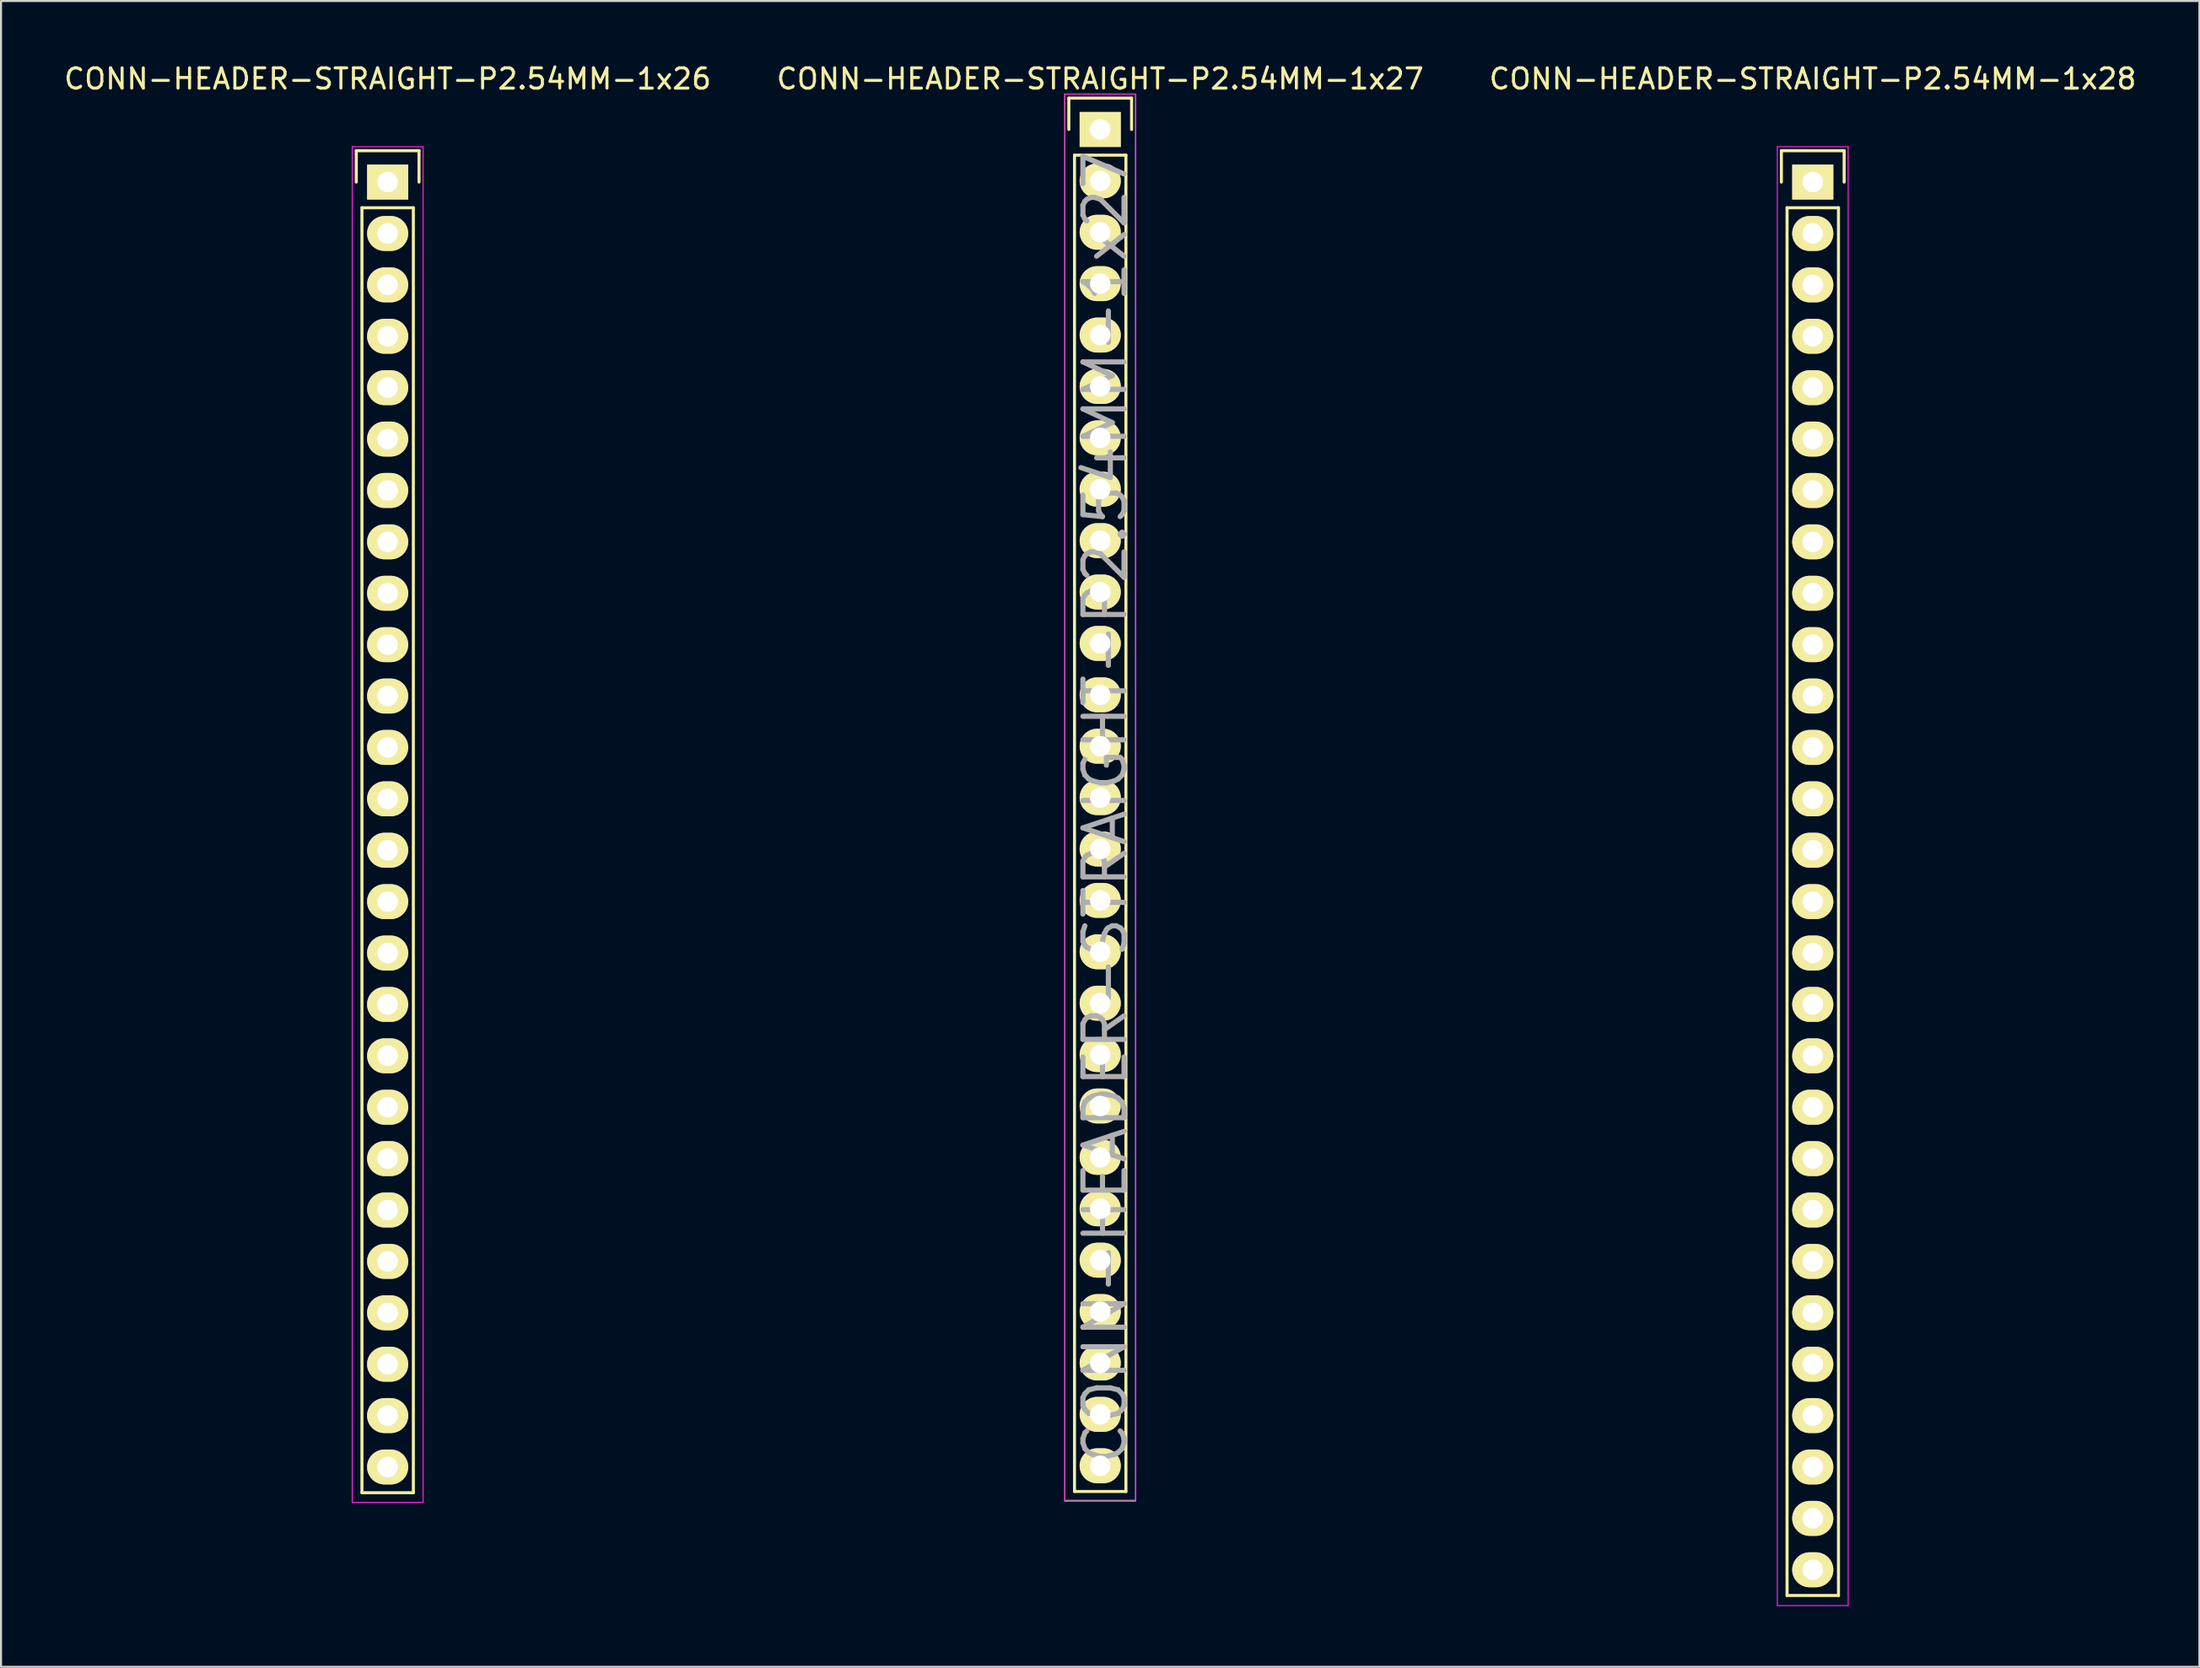
<source format=kicad_pcb>
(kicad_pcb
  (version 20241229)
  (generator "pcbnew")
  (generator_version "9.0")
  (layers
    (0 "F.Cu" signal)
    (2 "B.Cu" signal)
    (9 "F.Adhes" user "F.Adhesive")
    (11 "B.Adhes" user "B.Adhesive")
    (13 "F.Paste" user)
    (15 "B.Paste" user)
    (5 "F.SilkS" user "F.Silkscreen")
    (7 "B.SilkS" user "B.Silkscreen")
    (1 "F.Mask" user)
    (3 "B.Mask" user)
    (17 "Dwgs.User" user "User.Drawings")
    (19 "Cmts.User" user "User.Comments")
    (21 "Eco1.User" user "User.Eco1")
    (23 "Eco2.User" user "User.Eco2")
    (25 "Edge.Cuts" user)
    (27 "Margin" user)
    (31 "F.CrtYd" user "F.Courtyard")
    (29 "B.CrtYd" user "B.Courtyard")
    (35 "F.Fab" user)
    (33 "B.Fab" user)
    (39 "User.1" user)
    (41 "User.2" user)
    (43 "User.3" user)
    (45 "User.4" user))
  (footprint "CONN-HEADER-STRAIGHT-P2.54MM-1x26"
    (layer "F.Cu")
    (at 16.101 5.948)
    (property "Reference" "CONN-HEADER-STRAIGHT-P2.54MM-1x26" (at 0 -5.1 0) (layer "F.SilkS") (effects (font (size 1 1) (thickness 0.15))))
    (attr through_hole)
    (fp_line (start -1.55 -1.55) (end 1.55 -1.55) (stroke (width 0.15) (type solid)) (layer "F.SilkS"))
    (fp_line (start -1.55 0) (end -1.55 -1.55) (stroke (width 0.15) (type solid)) (layer "F.SilkS"))
    (fp_line (start -1.27 1.27) (end -1.27 64.77) (stroke (width 0.15) (type solid)) (layer "F.SilkS"))
    (fp_line (start -1.27 64.77) (end 1.27 64.77) (stroke (width 0.15) (type solid)) (layer "F.SilkS"))
    (fp_line (start 1.27 1.27) (end -1.27 1.27) (stroke (width 0.15) (type solid)) (layer "F.SilkS"))
    (fp_line (start 1.27 64.77) (end 1.27 1.27) (stroke (width 0.15) (type solid)) (layer "F.SilkS"))
    (fp_line (start 1.55 -1.55) (end 1.55 0) (stroke (width 0.15) (type solid)) (layer "F.SilkS"))
    (fp_line (start -1.75 -1.75) (end -1.75 65.25) (stroke (width 0.05) (type solid)) (layer "F.CrtYd"))
    (fp_line (start -1.75 -1.75) (end 1.75 -1.75) (stroke (width 0.05) (type solid)) (layer "F.CrtYd"))
    (fp_line (start -1.75 65.25) (end 1.75 65.25) (stroke (width 0.05) (type solid)) (layer "F.CrtYd"))
    (fp_line (start 1.75 -1.75) (end 1.75 65.25) (stroke (width 0.05) (type solid)) (layer "F.CrtYd"))
    (pad "1" thru_hole rect (at 0 0) (size 2.032 1.727) (drill 1.016) (layers "*.Cu" "*.Mask" "F.SilkS"))
    (pad "2" thru_hole oval (at 0 2.54) (size 2.032 1.727) (drill 1.016) (layers "*.Cu" "*.Mask" "F.SilkS"))
    (pad "3" thru_hole oval (at 0 5.08) (size 2.032 1.727) (drill 1.016) (layers "*.Cu" "*.Mask" "F.SilkS"))
    (pad "4" thru_hole oval (at 0 7.62) (size 2.032 1.727) (drill 1.016) (layers "*.Cu" "*.Mask" "F.SilkS"))
    (pad "5" thru_hole oval (at 0 10.16) (size 2.032 1.727) (drill 1.016) (layers "*.Cu" "*.Mask" "F.SilkS"))
    (pad "6" thru_hole oval (at 0 12.7) (size 2.032 1.727) (drill 1.016) (layers "*.Cu" "*.Mask" "F.SilkS"))
    (pad "7" thru_hole oval (at 0 15.24) (size 2.032 1.727) (drill 1.016) (layers "*.Cu" "*.Mask" "F.SilkS"))
    (pad "8" thru_hole oval (at 0 17.78) (size 2.032 1.727) (drill 1.016) (layers "*.Cu" "*.Mask" "F.SilkS"))
    (pad "9" thru_hole oval (at 0 20.32) (size 2.032 1.727) (drill 1.016) (layers "*.Cu" "*.Mask" "F.SilkS"))
    (pad "10" thru_hole oval (at 0 22.86) (size 2.032 1.727) (drill 1.016) (layers "*.Cu" "*.Mask" "F.SilkS"))
    (pad "11" thru_hole oval (at 0 25.4) (size 2.032 1.727) (drill 1.016) (layers "*.Cu" "*.Mask" "F.SilkS"))
    (pad "12" thru_hole oval (at 0 27.94) (size 2.032 1.727) (drill 1.016) (layers "*.Cu" "*.Mask" "F.SilkS"))
    (pad "13" thru_hole oval (at 0 30.48) (size 2.032 1.727) (drill 1.016) (layers "*.Cu" "*.Mask" "F.SilkS"))
    (pad "14" thru_hole oval (at 0 33.02) (size 2.032 1.727) (drill 1.016) (layers "*.Cu" "*.Mask" "F.SilkS"))
    (pad "15" thru_hole oval (at 0 35.56) (size 2.032 1.727) (drill 1.016) (layers "*.Cu" "*.Mask" "F.SilkS"))
    (pad "16" thru_hole oval (at 0 38.1) (size 2.032 1.727) (drill 1.016) (layers "*.Cu" "*.Mask" "F.SilkS"))
    (pad "17" thru_hole oval (at 0 40.64) (size 2.032 1.727) (drill 1.016) (layers "*.Cu" "*.Mask" "F.SilkS"))
    (pad "18" thru_hole oval (at 0 43.18) (size 2.032 1.727) (drill 1.016) (layers "*.Cu" "*.Mask" "F.SilkS"))
    (pad "19" thru_hole oval (at 0 45.72) (size 2.032 1.727) (drill 1.016) (layers "*.Cu" "*.Mask" "F.SilkS"))
    (pad "20" thru_hole oval (at 0 48.26) (size 2.032 1.727) (drill 1.016) (layers "*.Cu" "*.Mask" "F.SilkS"))
    (pad "21" thru_hole oval (at 0 50.8) (size 2.032 1.727) (drill 1.016) (layers "*.Cu" "*.Mask" "F.SilkS"))
    (pad "22" thru_hole oval (at 0 53.34) (size 2.032 1.727) (drill 1.016) (layers "*.Cu" "*.Mask" "F.SilkS"))
    (pad "23" thru_hole oval (at 0 55.88) (size 2.032 1.727) (drill 1.016) (layers "*.Cu" "*.Mask" "F.SilkS"))
    (pad "24" thru_hole oval (at 0 58.42) (size 2.032 1.727) (drill 1.016) (layers "*.Cu" "*.Mask" "F.SilkS"))
    (pad "25" thru_hole oval (at 0 60.96) (size 2.032 1.727) (drill 1.016) (layers "*.Cu" "*.Mask" "F.SilkS"))
    (pad "26" thru_hole oval (at 0 63.5) (size 2.032 1.727) (drill 1.016) (layers "*.Cu" "*.Mask" "F.SilkS")))
  (footprint "CONN-HEADER-STRAIGHT-P2.54MM-1x28"
    (layer "F.Cu")
    (at 86.506 5.948)
    (property "Reference" "CONN-HEADER-STRAIGHT-P2.54MM-1x28" (at 0 -5.1 0) (layer "F.SilkS") (effects (font (size 1 1) (thickness 0.15))))
    (attr through_hole)
    (fp_line (start -1.55 -1.55) (end 1.55 -1.55) (stroke (width 0.15) (type solid)) (layer "F.SilkS"))
    (fp_line (start -1.55 0) (end -1.55 -1.55) (stroke (width 0.15) (type solid)) (layer "F.SilkS"))
    (fp_line (start -1.27 1.27) (end -1.27 69.85) (stroke (width 0.15) (type solid)) (layer "F.SilkS"))
    (fp_line (start -1.27 69.85) (end 1.27 69.85) (stroke (width 0.15) (type solid)) (layer "F.SilkS"))
    (fp_line (start 1.27 1.27) (end -1.27 1.27) (stroke (width 0.15) (type solid)) (layer "F.SilkS"))
    (fp_line (start 1.27 69.85) (end 1.27 1.27) (stroke (width 0.15) (type solid)) (layer "F.SilkS"))
    (fp_line (start 1.55 -1.55) (end 1.55 0) (stroke (width 0.15) (type solid)) (layer "F.SilkS"))
    (fp_line (start -1.75 -1.75) (end -1.75 70.35) (stroke (width 0.05) (type solid)) (layer "F.CrtYd"))
    (fp_line (start -1.75 -1.75) (end 1.75 -1.75) (stroke (width 0.05) (type solid)) (layer "F.CrtYd"))
    (fp_line (start -1.75 70.35) (end 1.75 70.35) (stroke (width 0.05) (type solid)) (layer "F.CrtYd"))
    (fp_line (start 1.75 -1.75) (end 1.75 70.35) (stroke (width 0.05) (type solid)) (layer "F.CrtYd"))
    (pad "1" thru_hole rect (at 0 0) (size 2.032 1.727) (drill 1.016) (layers "*.Cu" "*.Mask" "F.SilkS"))
    (pad "2" thru_hole oval (at 0 2.54) (size 2.032 1.727) (drill 1.016) (layers "*.Cu" "*.Mask" "F.SilkS"))
    (pad "3" thru_hole oval (at 0 5.08) (size 2.032 1.727) (drill 1.016) (layers "*.Cu" "*.Mask" "F.SilkS"))
    (pad "4" thru_hole oval (at 0 7.62) (size 2.032 1.727) (drill 1.016) (layers "*.Cu" "*.Mask" "F.SilkS"))
    (pad "5" thru_hole oval (at 0 10.16) (size 2.032 1.727) (drill 1.016) (layers "*.Cu" "*.Mask" "F.SilkS"))
    (pad "6" thru_hole oval (at 0 12.7) (size 2.032 1.727) (drill 1.016) (layers "*.Cu" "*.Mask" "F.SilkS"))
    (pad "7" thru_hole oval (at 0 15.24) (size 2.032 1.727) (drill 1.016) (layers "*.Cu" "*.Mask" "F.SilkS"))
    (pad "8" thru_hole oval (at 0 17.78) (size 2.032 1.727) (drill 1.016) (layers "*.Cu" "*.Mask" "F.SilkS"))
    (pad "9" thru_hole oval (at 0 20.32) (size 2.032 1.727) (drill 1.016) (layers "*.Cu" "*.Mask" "F.SilkS"))
    (pad "10" thru_hole oval (at 0 22.86) (size 2.032 1.727) (drill 1.016) (layers "*.Cu" "*.Mask" "F.SilkS"))
    (pad "11" thru_hole oval (at 0 25.4) (size 2.032 1.727) (drill 1.016) (layers "*.Cu" "*.Mask" "F.SilkS"))
    (pad "12" thru_hole oval (at 0 27.94) (size 2.032 1.727) (drill 1.016) (layers "*.Cu" "*.Mask" "F.SilkS"))
    (pad "13" thru_hole oval (at 0 30.48) (size 2.032 1.727) (drill 1.016) (layers "*.Cu" "*.Mask" "F.SilkS"))
    (pad "14" thru_hole oval (at 0 33.02) (size 2.032 1.727) (drill 1.016) (layers "*.Cu" "*.Mask" "F.SilkS"))
    (pad "15" thru_hole oval (at 0 35.56) (size 2.032 1.727) (drill 1.016) (layers "*.Cu" "*.Mask" "F.SilkS"))
    (pad "16" thru_hole oval (at 0 38.1) (size 2.032 1.727) (drill 1.016) (layers "*.Cu" "*.Mask" "F.SilkS"))
    (pad "17" thru_hole oval (at 0 40.64) (size 2.032 1.727) (drill 1.016) (layers "*.Cu" "*.Mask" "F.SilkS"))
    (pad "18" thru_hole oval (at 0 43.18) (size 2.032 1.727) (drill 1.016) (layers "*.Cu" "*.Mask" "F.SilkS"))
    (pad "19" thru_hole oval (at 0 45.72) (size 2.032 1.727) (drill 1.016) (layers "*.Cu" "*.Mask" "F.SilkS"))
    (pad "20" thru_hole oval (at 0 48.26) (size 2.032 1.727) (drill 1.016) (layers "*.Cu" "*.Mask" "F.SilkS"))
    (pad "21" thru_hole oval (at 0 50.8) (size 2.032 1.727) (drill 1.016) (layers "*.Cu" "*.Mask" "F.SilkS"))
    (pad "22" thru_hole oval (at 0 53.34) (size 2.032 1.727) (drill 1.016) (layers "*.Cu" "*.Mask" "F.SilkS"))
    (pad "23" thru_hole oval (at 0 55.88) (size 2.032 1.727) (drill 1.016) (layers "*.Cu" "*.Mask" "F.SilkS"))
    (pad "24" thru_hole oval (at 0 58.42) (size 2.032 1.727) (drill 1.016) (layers "*.Cu" "*.Mask" "F.SilkS"))
    (pad "25" thru_hole oval (at 0 60.96) (size 2.032 1.727) (drill 1.016) (layers "*.Cu" "*.Mask" "F.SilkS"))
    (pad "26" thru_hole oval (at 0 63.5) (size 2.032 1.727) (drill 1.016) (layers "*.Cu" "*.Mask" "F.SilkS"))
    (pad "27" thru_hole oval (at 0 66.04) (size 2.032 1.727) (drill 1.016) (layers "*.Cu" "*.Mask" "F.SilkS"))
    (pad "28" thru_hole oval (at 0 68.58) (size 2.032 1.727) (drill 1.016) (layers "*.Cu" "*.Mask" "F.SilkS")))
  (footprint "CONN-HEADER-STRAIGHT-P2.54MM-1x27"
    (layer "F.Cu")
    (at 51.304 3.348)
    (property "Reference" "CONN-HEADER-STRAIGHT-P2.54MM-1x27" (at 0.25 33.5 90) (layer "F.Fab") (effects (font (size 2.032 2.032) (thickness 0.254))))
    (attr through_hole)
    (fp_line (start -1.55 -1.55) (end 1.55 -1.55) (stroke (width 0.15) (type solid)) (layer "F.SilkS"))
    (fp_line (start -1.55 0) (end -1.55 -1.55) (stroke (width 0.15) (type solid)) (layer "F.SilkS"))
    (fp_line (start -1.27 1.27) (end -1.27 67.31) (stroke (width 0.15) (type solid)) (layer "F.SilkS"))
    (fp_line (start -1.27 67.31) (end 1.27 67.31) (stroke (width 0.15) (type solid)) (layer "F.SilkS"))
    (fp_line (start 1.27 1.27) (end -1.27 1.27) (stroke (width 0.15) (type solid)) (layer "F.SilkS"))
    (fp_line (start 1.27 67.31) (end 1.27 1.27) (stroke (width 0.15) (type solid)) (layer "F.SilkS"))
    (fp_line (start 1.55 -1.55) (end 1.55 0) (stroke (width 0.15) (type solid)) (layer "F.SilkS"))
    (fp_line (start -1.75 -1.75) (end -1.75 67.8) (stroke (width 0.05) (type solid)) (layer "F.CrtYd"))
    (fp_line (start -1.75 -1.75) (end 1.75 -1.75) (stroke (width 0.05) (type solid)) (layer "F.CrtYd"))
    (fp_line (start -1.75 67.8) (end 1.75 67.8) (stroke (width 0.05) (type solid)) (layer "F.CrtYd"))
    (fp_line (start 1.75 -1.75) (end 1.75 67.8) (stroke (width 0.05) (type solid)) (layer "F.CrtYd"))
    (fp_line (start -1.75 -1.75) (end 1.75 -1.75) (stroke (width 0.051) (type solid)) (layer "F.Fab"))
    (fp_line (start -1.75 67.75) (end -1.75 -1.75) (stroke (width 0.051) (type solid)) (layer "F.Fab"))
    (fp_line (start 1.75 -1.75) (end 1.75 67.75) (stroke (width 0.051) (type solid)) (layer "F.Fab"))
    (fp_line (start 1.75 67.75) (end -1.75 67.75) (stroke (width 0.051) (type solid)) (layer "F.Fab"))
    (fp_text user "${REFERENCE}" (at 0 -2.5 0) (layer "F.SilkS") (effects (font (size 1 1) (thickness 0.15))))
    (pad "1" thru_hole rect (at 0 0) (size 2.032 1.727) (drill 1.016) (layers "*.Cu" "*.Mask" "F.SilkS"))
    (pad "2" thru_hole oval (at 0 2.54) (size 2.032 1.727) (drill 1.016) (layers "*.Cu" "*.Mask" "F.SilkS"))
    (pad "3" thru_hole oval (at 0 5.08) (size 2.032 1.727) (drill 1.016) (layers "*.Cu" "*.Mask" "F.SilkS"))
    (pad "4" thru_hole oval (at 0 7.62) (size 2.032 1.727) (drill 1.016) (layers "*.Cu" "*.Mask" "F.SilkS"))
    (pad "5" thru_hole oval (at 0 10.16) (size 2.032 1.727) (drill 1.016) (layers "*.Cu" "*.Mask" "F.SilkS"))
    (pad "6" thru_hole oval (at 0 12.7) (size 2.032 1.727) (drill 1.016) (layers "*.Cu" "*.Mask" "F.SilkS"))
    (pad "7" thru_hole oval (at 0 15.24) (size 2.032 1.727) (drill 1.016) (layers "*.Cu" "*.Mask" "F.SilkS"))
    (pad "8" thru_hole oval (at 0 17.78) (size 2.032 1.727) (drill 1.016) (layers "*.Cu" "*.Mask" "F.SilkS"))
    (pad "9" thru_hole oval (at 0 20.32) (size 2.032 1.727) (drill 1.016) (layers "*.Cu" "*.Mask" "F.SilkS"))
    (pad "10" thru_hole oval (at 0 22.86) (size 2.032 1.727) (drill 1.016) (layers "*.Cu" "*.Mask" "F.SilkS"))
    (pad "11" thru_hole oval (at 0 25.4) (size 2.032 1.727) (drill 1.016) (layers "*.Cu" "*.Mask" "F.SilkS"))
    (pad "12" thru_hole oval (at 0 27.94) (size 2.032 1.727) (drill 1.016) (layers "*.Cu" "*.Mask" "F.SilkS"))
    (pad "13" thru_hole oval (at 0 30.48) (size 2.032 1.727) (drill 1.016) (layers "*.Cu" "*.Mask" "F.SilkS"))
    (pad "14" thru_hole oval (at 0 33.02) (size 2.032 1.727) (drill 1.016) (layers "*.Cu" "*.Mask" "F.SilkS"))
    (pad "15" thru_hole oval (at 0 35.56) (size 2.032 1.727) (drill 1.016) (layers "*.Cu" "*.Mask" "F.SilkS"))
    (pad "16" thru_hole oval (at 0 38.1) (size 2.032 1.727) (drill 1.016) (layers "*.Cu" "*.Mask" "F.SilkS"))
    (pad "17" thru_hole oval (at 0 40.64) (size 2.032 1.727) (drill 1.016) (layers "*.Cu" "*.Mask" "F.SilkS"))
    (pad "18" thru_hole oval (at 0 43.18) (size 2.032 1.727) (drill 1.016) (layers "*.Cu" "*.Mask" "F.SilkS"))
    (pad "19" thru_hole oval (at 0 45.72) (size 2.032 1.727) (drill 1.016) (layers "*.Cu" "*.Mask" "F.SilkS"))
    (pad "20" thru_hole oval (at 0 48.26) (size 2.032 1.727) (drill 1.016) (layers "*.Cu" "*.Mask" "F.SilkS"))
    (pad "21" thru_hole oval (at 0 50.8) (size 2.032 1.727) (drill 1.016) (layers "*.Cu" "*.Mask" "F.SilkS"))
    (pad "22" thru_hole oval (at 0 53.34) (size 2.032 1.727) (drill 1.016) (layers "*.Cu" "*.Mask" "F.SilkS"))
    (pad "23" thru_hole oval (at 0 55.88) (size 2.032 1.727) (drill 1.016) (layers "*.Cu" "*.Mask" "F.SilkS"))
    (pad "24" thru_hole oval (at 0 58.42) (size 2.032 1.727) (drill 1.016) (layers "*.Cu" "*.Mask" "F.SilkS"))
    (pad "25" thru_hole oval (at 0 60.96) (size 2.032 1.727) (drill 1.016) (layers "*.Cu" "*.Mask" "F.SilkS"))
    (pad "26" thru_hole oval (at 0 63.5) (size 2.032 1.727) (drill 1.016) (layers "*.Cu" "*.Mask" "F.SilkS"))
    (pad "27" thru_hole oval (at 0 66.04) (size 2.032 1.727) (drill 1.016) (layers "*.Cu" "*.Mask" "F.SilkS")))
  (gr_rect
    (start -3 -3)
    (end 105.607 79.323)
    (stroke (width 0.1) (type default))
    (fill no)
    (layer "Edge.Cuts")))
</source>
